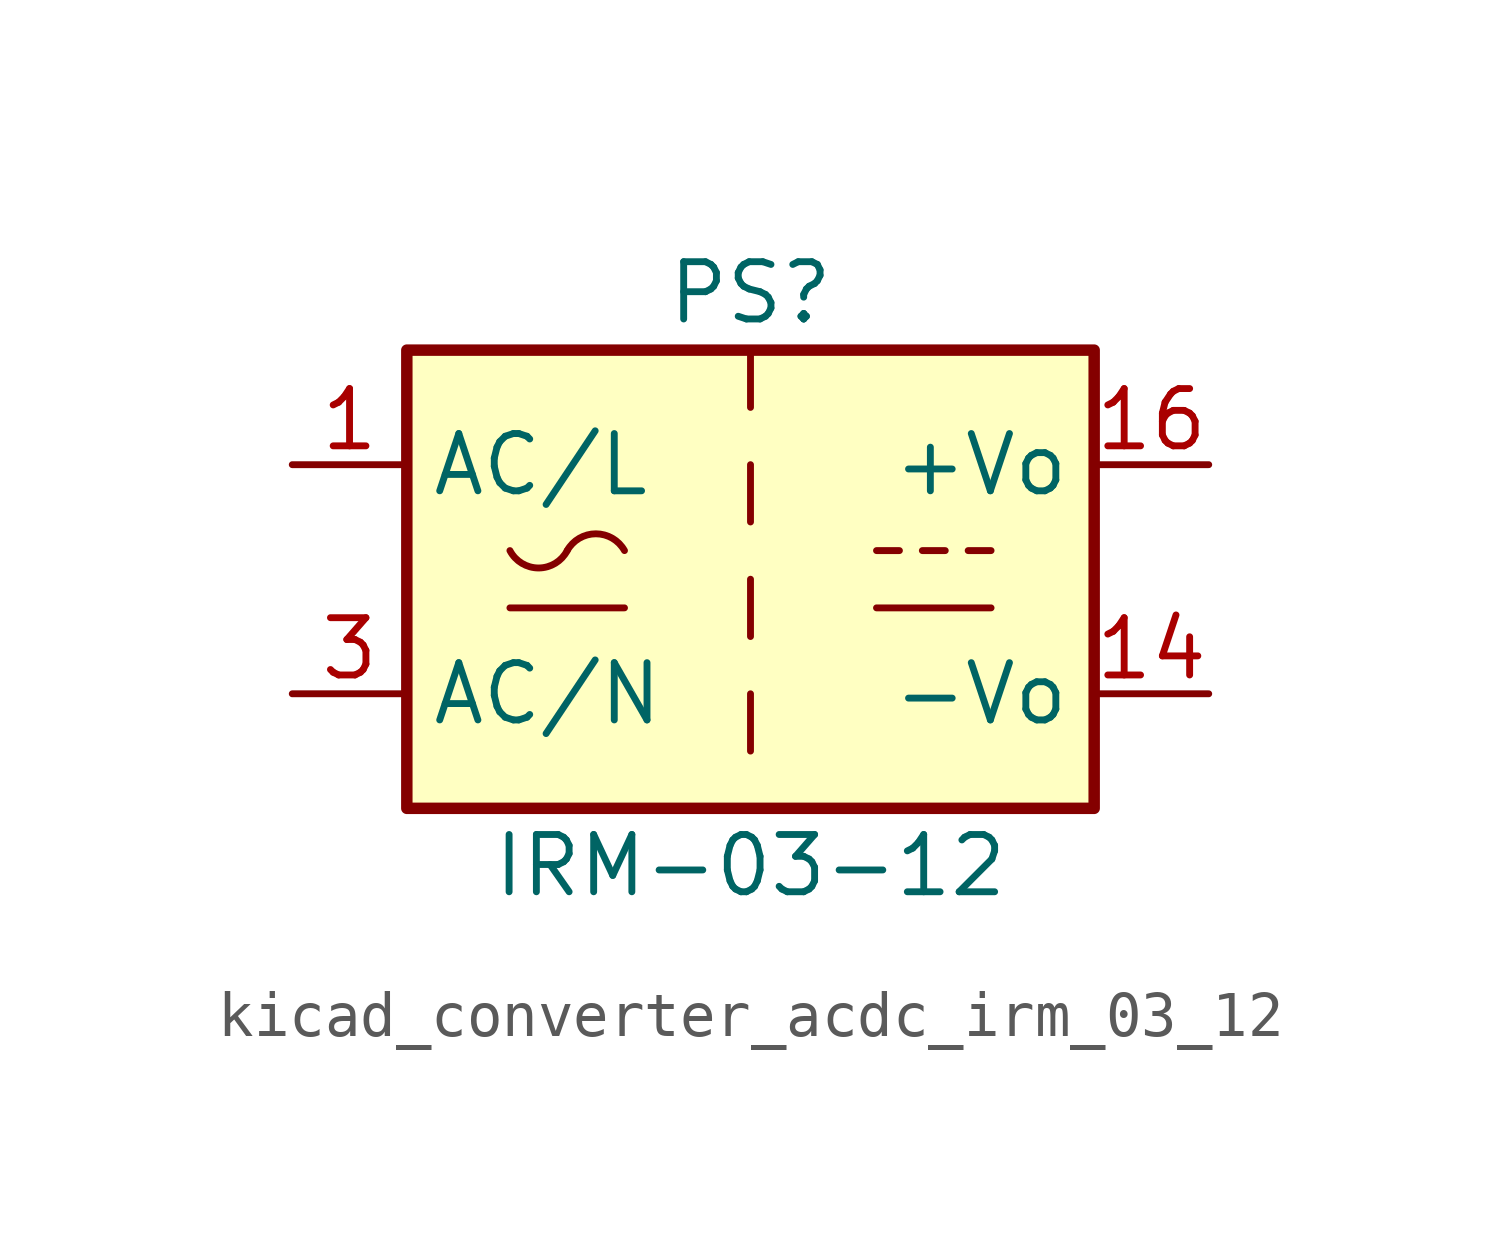
<source format=kicad_sym>
(kicad_symbol_lib
  (version 20220914)
  (generator kicad_symbol_editor)
  (symbol "kicad_converter_acdc_irm_03_12"
    (property "Reference" "PS"
      (at 0 6.35 0)
      (effects (font (size 1.27 1.27))))
    (property "Value" "IRM-03-12"
      (at 0 -6.35 0)
      (effects (font (size 1.27 1.27))))
    (symbol "kicad_converter_acdc_irm_03_12_0_1"
      (rectangle (start -7.62 5.08) (end 7.62 -5.08) (stroke (width 0.254) (type default)) (fill (type background)))
      (arc (start -5.334 0.635) (mid -4.699 0.2495) (end -4.064 0.635) (stroke (width 0) (type default)) (fill (type none)))
      (arc (start -2.794 0.635) (mid -3.429 1.0072) (end -4.064 0.635) (stroke (width 0) (type default)) (fill (type none)))
      (polyline (pts (xy -5.334 -0.635) (xy -2.794 -0.635)) (stroke (width 0) (type default)) (fill (type none)))
      (polyline (pts (xy 0 -2.54) (xy 0 -3.81)) (stroke (width 0) (type default)) (fill (type none)))
      (polyline (pts (xy 0 0) (xy 0 -1.27)) (stroke (width 0) (type default)) (fill (type none)))
      (polyline (pts (xy 0 2.54) (xy 0 1.27)) (stroke (width 0) (type default)) (fill (type none)))
      (polyline (pts (xy 0 5.08) (xy 0 3.81)) (stroke (width 0) (type default)) (fill (type none)))
      (polyline (pts (xy 2.794 -0.635) (xy 5.334 -0.635)) (stroke (width 0) (type default)) (fill (type none)))
      (polyline (pts (xy 2.794 0.635) (xy 3.302 0.635)) (stroke (width 0) (type default)) (fill (type none)))
      (polyline (pts (xy 3.81 0.635) (xy 4.318 0.635)) (stroke (width 0) (type default)) (fill (type none)))
      (polyline (pts (xy 4.826 0.635) (xy 5.334 0.635)) (stroke (width 0) (type default)) (fill (type none))))
    (symbol "kicad_converter_acdc_irm_03_12_1_1"
      (pin power_in line (at -10.16 2.54 0) (length 2.54) (name "AC/L" (effects (font (size 1.27 1.27)))) (number "1" (effects (font (size 1.27 1.27)))))
      (pin power_out line (at 10.16 -2.54 180) (length 2.54) (name "-Vo" (effects (font (size 1.27 1.27)))) (number "14" (effects (font (size 1.27 1.27)))))
      (pin power_out line (at 10.16 2.54 180) (length 2.54) (name "+Vo" (effects (font (size 1.27 1.27)))) (number "16" (effects (font (size 1.27 1.27)))))
      (pin power_in line (at -10.16 -2.54 0) (length 2.54) (name "AC/N" (effects (font (size 1.27 1.27)))) (number "3" (effects (font (size 1.27 1.27)))))
      (pin no_connect line (at -7.62 0 0) (length 2.54) hide (name "NC" (effects (font (size 1.27 1.27)))) (number "5" (effects (font (size 1.27 1.27))))))))
</source>
